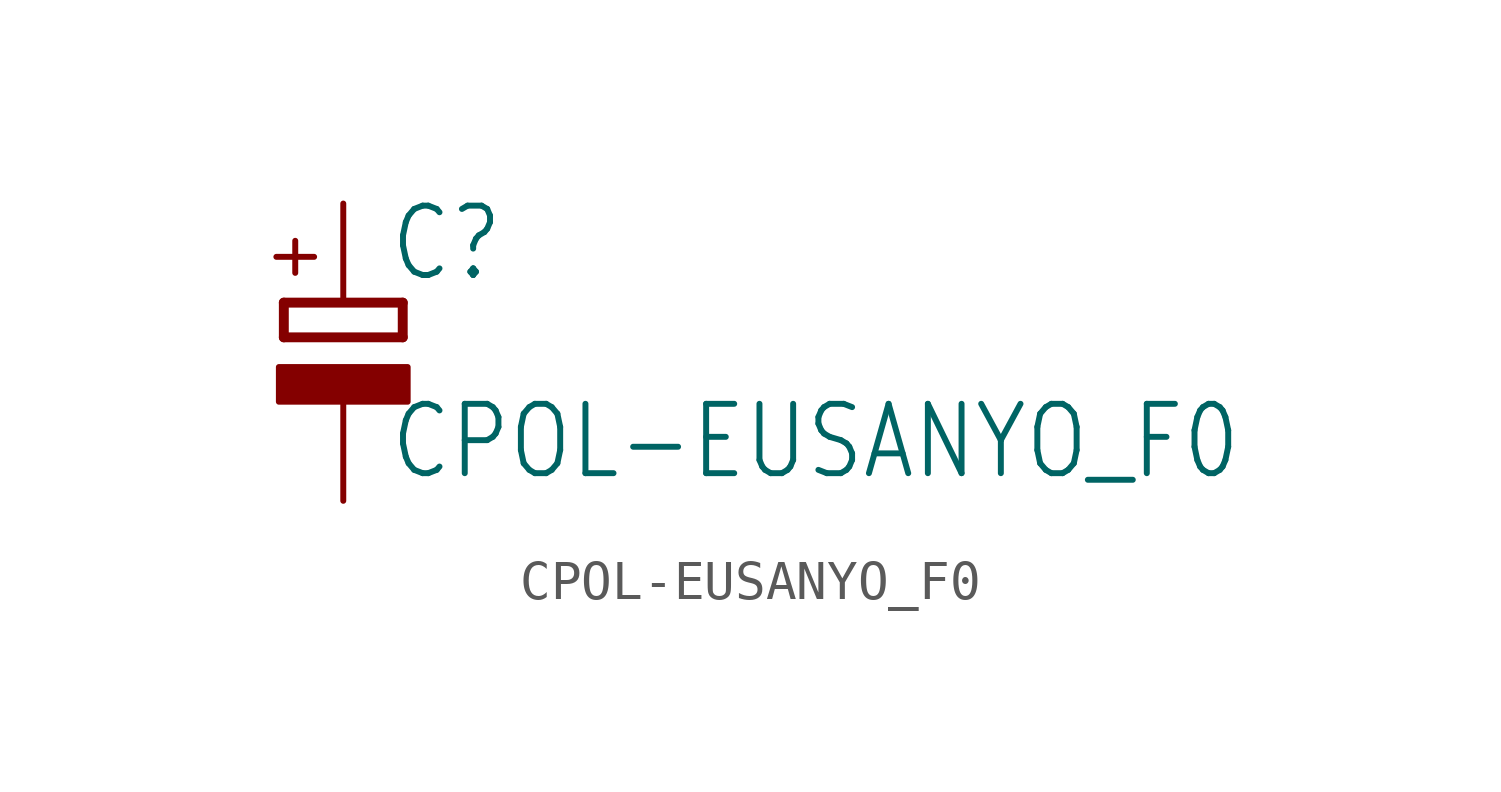
<source format=kicad_sym>
(kicad_symbol_lib
  (version 20220331)
  (generator kicad_symbol_editor)
  (symbol "CPOL-EUSANYO_F0"
    (property "Reference" "C"
      (at 1.143 0.483 0)
      (effects (font (size 1.778 1.511)) (justify left bottom)))
    (property "Value" "CPOL-EUSANYO_F0"
      (at 1.143 -4.597 0)
      (effects (font (size 1.778 1.511)) (justify left bottom)))
    (property "ki_locked" ""
      (at 0 0 0)
      (effects (font (size 1.27 1.27))))
    (symbol "CPOL-EUSANYO_F0_1_0"
      (rectangle (start -1.651 -2.54) (end 1.651 -1.651) (stroke (width 0) (type default)) (fill (type outline)))
      (polyline (pts (xy -1.524 -0.889) (xy 1.524 -0.889)) (stroke (width 0.254) (type solid)) (fill (type none)))
      (polyline (pts (xy -1.524 0) (xy -1.524 -0.889)) (stroke (width 0.254) (type solid)) (fill (type none)))
      (polyline (pts (xy -1.524 0) (xy 1.524 0)) (stroke (width 0.254) (type solid)) (fill (type none)))
      (polyline (pts (xy 1.524 -0.889) (xy 1.524 0)) (stroke (width 0.254) (type solid)) (fill (type none)))
      (text "+" (at -0.584 0.406 900) (effects (font (size 1.27 1.079)) (justify left bottom)))
      (pin passive line (at 0 2.54 270) (length 2.54) (name "+" (effects (font (size 0 0)))) (number "+" (effects (font (size 0 0)))))
      (pin passive line (at 0 -5.08 90) (length 2.54) (name "-" (effects (font (size 0 0)))) (number "-" (effects (font (size 0 0))))))))
</source>
